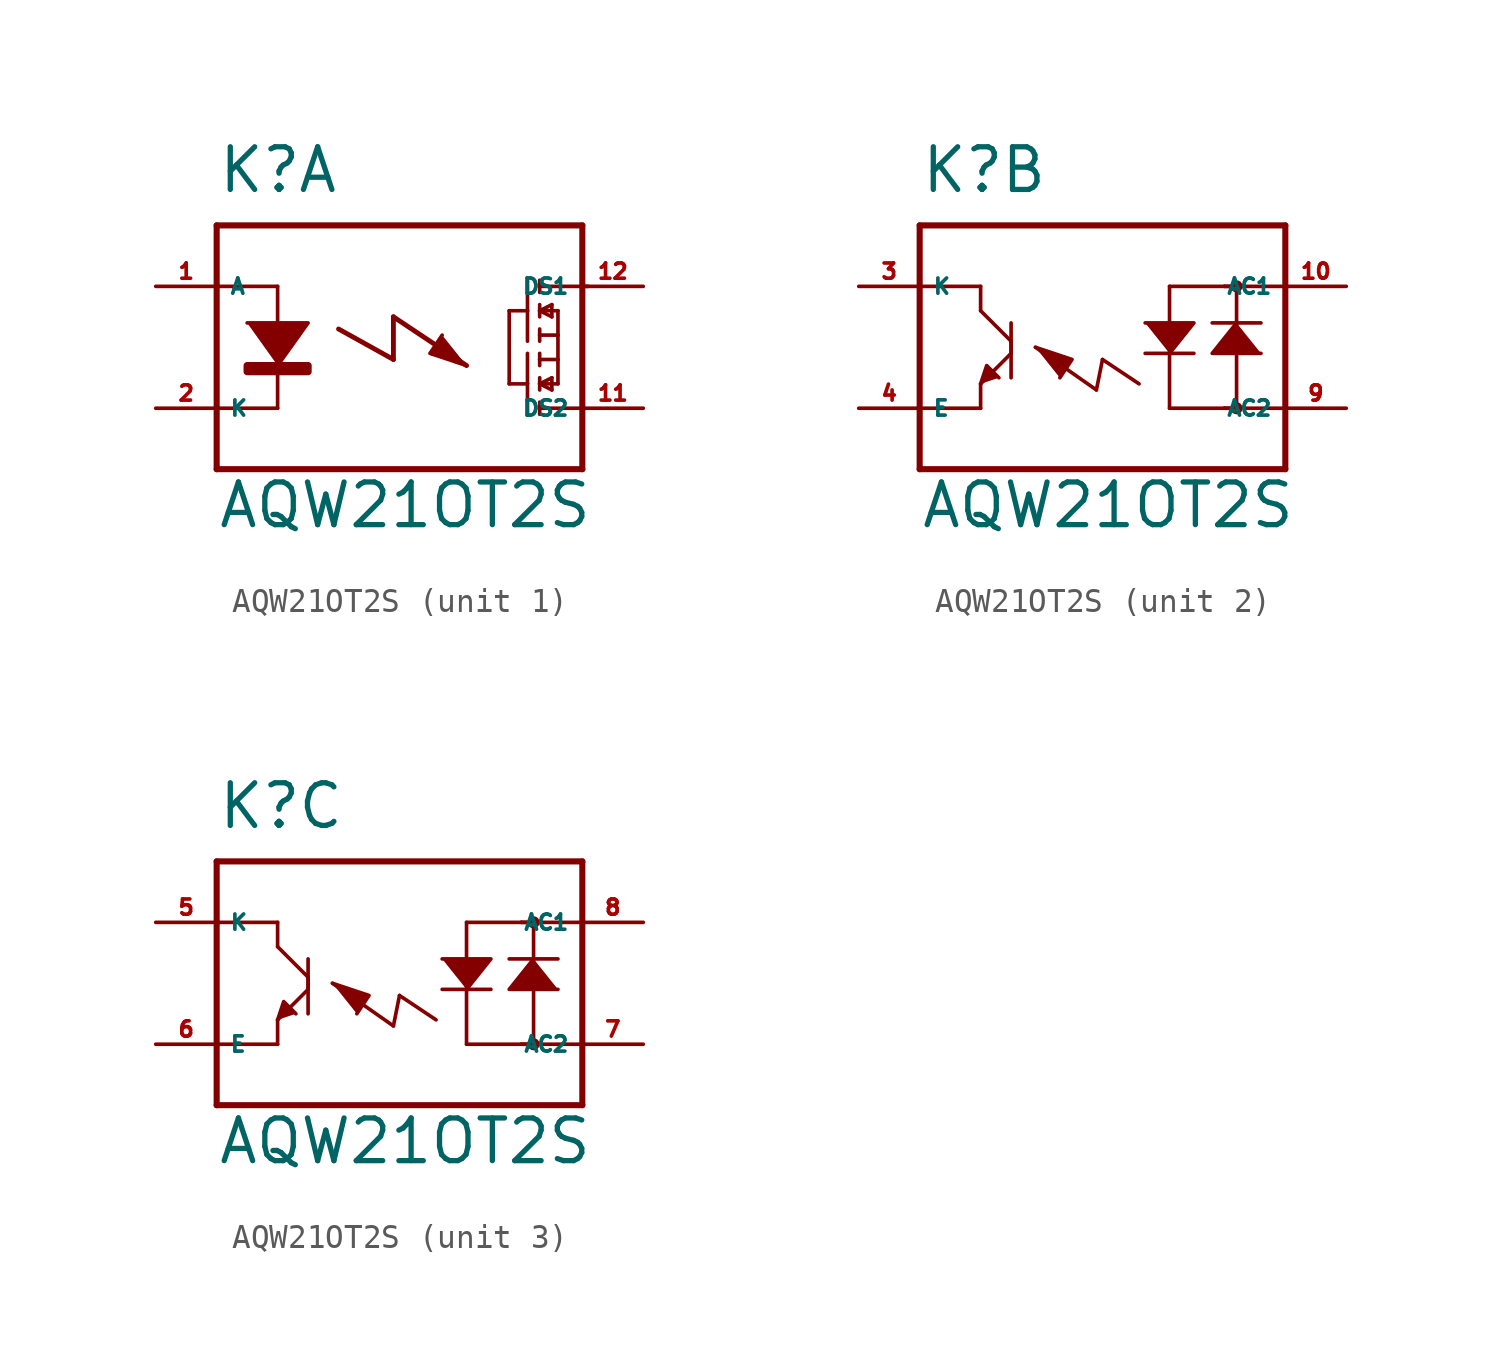
<source format=kicad_sym>
(kicad_symbol_lib
  (version 20220914)
  (generator Eagle2Kicad)
  (symbol "AQW21OT2S"
    (property "Reference" "K"
      (at -7.62 6.35 0)
      (effects (font (size 1.778 1.778) (thickness 0.22)) (justify left bottom)))
    (property "Value" "AQW21OT2S"
      (at -7.62 -7.62 0)
      (effects (font (size 1.778 1.778) (thickness 0.22)) (justify left bottom)))
    (symbol "AQW21OT2S_1_0"
      (polyline (pts (xy -6.35 1.016) (xy -3.81 1.016) (xy -5.08 -0.762)) (stroke (width 0.152) (type default)) (fill (type outline)))
      (polyline (pts (xy 1.778 0.508) (xy 1.27 -0.254) (xy 2.794 -0.762)) (stroke (width 0.152) (type default)) (fill (type outline)))
      (polyline (pts (xy -5.08 2.54) (xy -5.08 -2.54)) (stroke (width 0.152) (type default)) (fill (type none)))
      (polyline (pts (xy 5.842 2.794) (xy 5.842 2.286)) (stroke (width 0.152) (type default)) (fill (type none)))
      (polyline (pts (xy 5.842 1.778) (xy 5.842 1.524)) (stroke (width 0.152) (type default)) (fill (type none)))
      (polyline (pts (xy 5.842 1.524) (xy 5.842 1.27)) (stroke (width 0.152) (type default)) (fill (type none)))
      (polyline (pts (xy 5.842 0.762) (xy 5.842 0.508)) (stroke (width 0.152) (type default)) (fill (type none)))
      (polyline (pts (xy 5.842 0.508) (xy 5.842 0.254)) (stroke (width 0.152) (type default)) (fill (type none)))
      (polyline (pts (xy 5.842 1.524) (xy 6.604 1.524)) (stroke (width 0.152) (type default)) (fill (type none)))
      (polyline (pts (xy 6.35 1.778) (xy 5.842 1.524)) (stroke (width 0.152) (type default)) (fill (type none)))
      (polyline (pts (xy 5.842 1.524) (xy 6.35 1.27)) (stroke (width 0.152) (type default)) (fill (type none)))
      (polyline (pts (xy 6.35 1.27) (xy 6.35 1.778)) (stroke (width 0.152) (type default)) (fill (type none)))
      (polyline (pts (xy 5.842 0.508) (xy 6.604 0.508)) (stroke (width 0.152) (type default)) (fill (type none)))
      (polyline (pts (xy 6.604 0.508) (xy 6.604 1.524)) (stroke (width 0.152) (type default)) (fill (type none)))
      (polyline (pts (xy 5.334 2.794) (xy 5.334 1.524)) (stroke (width 0.152) (type default)) (fill (type none)))
      (polyline (pts (xy 5.334 1.524) (xy 5.334 0.254)) (stroke (width 0.152) (type default)) (fill (type none)))
      (polyline (pts (xy 5.334 1.524) (xy 4.572 1.524)) (stroke (width 0.152) (type default)) (fill (type none)))
      (polyline (pts (xy 5.842 -2.794) (xy 5.842 -2.286)) (stroke (width 0.152) (type default)) (fill (type none)))
      (polyline (pts (xy 5.842 -1.778) (xy 5.842 -1.524)) (stroke (width 0.152) (type default)) (fill (type none)))
      (polyline (pts (xy 5.842 -1.524) (xy 5.842 -1.27)) (stroke (width 0.152) (type default)) (fill (type none)))
      (polyline (pts (xy 5.842 -0.762) (xy 5.842 -0.508)) (stroke (width 0.152) (type default)) (fill (type none)))
      (polyline (pts (xy 5.842 -0.508) (xy 5.842 -0.254)) (stroke (width 0.152) (type default)) (fill (type none)))
      (polyline (pts (xy 5.842 -1.524) (xy 6.604 -1.524)) (stroke (width 0.152) (type default)) (fill (type none)))
      (polyline (pts (xy 6.35 -1.778) (xy 5.842 -1.524)) (stroke (width 0.152) (type default)) (fill (type none)))
      (polyline (pts (xy 5.842 -1.524) (xy 6.35 -1.27)) (stroke (width 0.152) (type default)) (fill (type none)))
      (polyline (pts (xy 6.35 -1.27) (xy 6.35 -1.778)) (stroke (width 0.152) (type default)) (fill (type none)))
      (polyline (pts (xy 5.842 -0.508) (xy 6.604 -0.508)) (stroke (width 0.152) (type default)) (fill (type none)))
      (polyline (pts (xy 6.604 -0.508) (xy 6.604 -1.524)) (stroke (width 0.152) (type default)) (fill (type none)))
      (polyline (pts (xy 6.604 0.508) (xy 6.604 -0.508)) (stroke (width 0.152) (type default)) (fill (type none)))
      (polyline (pts (xy 5.334 -2.794) (xy 5.334 -1.524)) (stroke (width 0.152) (type default)) (fill (type none)))
      (polyline (pts (xy 5.334 -1.524) (xy 5.334 -0.254)) (stroke (width 0.152) (type default)) (fill (type none)))
      (polyline (pts (xy 5.334 -1.524) (xy 4.572 -1.524)) (stroke (width 0.152) (type default)) (fill (type none)))
      (polyline (pts (xy 4.572 1.524) (xy 4.572 -1.524)) (stroke (width 0.152) (type default)) (fill (type none)))
      (polyline (pts (xy -7.62 5.08) (xy -7.62 2.54)) (stroke (width 0.254) (type default)) (fill (type none)))
      (polyline (pts (xy -7.62 2.54) (xy -7.62 -2.54)) (stroke (width 0.254) (type default)) (fill (type none)))
      (polyline (pts (xy -7.62 -2.54) (xy -7.62 -5.08)) (stroke (width 0.254) (type default)) (fill (type none)))
      (polyline (pts (xy -7.62 -5.08) (xy 7.62 -5.08)) (stroke (width 0.254) (type default)) (fill (type none)))
      (polyline (pts (xy 5.842 2.54) (xy 7.874 2.54)) (stroke (width 0.152) (type default)) (fill (type none)))
      (polyline (pts (xy 5.842 -2.54) (xy 7.62 -2.54)) (stroke (width 0.152) (type default)) (fill (type none)))
      (polyline (pts (xy 7.62 -5.08) (xy 7.62 5.08)) (stroke (width 0.254) (type default)) (fill (type none)))
      (polyline (pts (xy 7.62 5.08) (xy -7.62 5.08)) (stroke (width 0.254) (type default)) (fill (type none)))
      (polyline (pts (xy -5.08 2.54) (xy -7.62 2.54)) (stroke (width 0.152) (type default)) (fill (type none)))
      (polyline (pts (xy -5.08 -2.54) (xy -7.62 -2.54)) (stroke (width 0.152) (type default)) (fill (type none)))
      (polyline (pts (xy -2.54 0.762) (xy -0.254 -0.508)) (stroke (width 0.203) (type default)) (fill (type none)))
      (polyline (pts (xy -0.254 -0.508) (xy -0.254 1.27)) (stroke (width 0.203) (type default)) (fill (type none)))
      (polyline (pts (xy -0.254 1.27) (xy 2.794 -0.762)) (stroke (width 0.203) (type default)) (fill (type none)))
      (rectangle (start -6.35 -1.016) (end -3.81 -0.762) (stroke (width 0.3) (type default)) (fill (type outline)))
      (pin passive line (at -10.16 2.54 0) (length 2.54) (name "A" (effects (font (size 0.635 0.635) (thickness 0.08)) (justify left bottom))) (number "1" (effects (font (size 0.635 0.635) (thickness 0.08)) (justify left bottom))))
      (pin passive line (at -10.16 -2.54 0) (length 2.54) (name "K" (effects (font (size 0.635 0.635) (thickness 0.08)) (justify left bottom))) (number "2" (effects (font (size 0.635 0.635) (thickness 0.08)) (justify left bottom))))
      (pin passive line (at 10.16 2.54 180) (length 2.54) (name "DS1" (effects (font (size 0.635 0.635) (thickness 0.08)) (justify left bottom))) (number "12" (effects (font (size 0.635 0.635) (thickness 0.08)) (justify left bottom))))
      (pin passive line (at 10.16 -2.54 180) (length 2.54) (name "DS2" (effects (font (size 0.635 0.635) (thickness 0.08)) (justify left bottom))) (number "11" (effects (font (size 0.635 0.635) (thickness 0.08)) (justify left bottom)))))
    (symbol "AQW21OT2S_2_0"
      (polyline (pts (xy 5.588 1.016) (xy 4.572 -0.254) (xy 6.604 -0.254)) (stroke (width 0.152) (type default)) (fill (type outline)))
      (polyline (pts (xy 2.794 -0.254) (xy 3.81 1.016) (xy 1.778 1.016)) (stroke (width 0.152) (type default)) (fill (type outline)))
      (polyline (pts (xy -5.08 -1.524) (xy -4.826 -0.762) (xy -4.318 -1.27)) (stroke (width 0.152) (type default)) (fill (type outline)))
      (polyline (pts (xy -1.778 -1.27) (xy -1.27 -0.508) (xy -2.794 0)) (stroke (width 0.152) (type default)) (fill (type outline)))
      (polyline (pts (xy 5.588 2.54) (xy 5.588 1.016)) (stroke (width 0.152) (type default)) (fill (type none)))
      (polyline (pts (xy 5.588 1.016) (xy 5.588 -2.54)) (stroke (width 0.152) (type default)) (fill (type none)))
      (polyline (pts (xy 5.588 2.54) (xy 5.08 2.54)) (stroke (width 0.152) (type default)) (fill (type none)))
      (polyline (pts (xy 5.08 2.54) (xy 2.794 2.54)) (stroke (width 0.152) (type default)) (fill (type none)))
      (polyline (pts (xy 4.572 1.016) (xy 5.588 1.016)) (stroke (width 0.152) (type default)) (fill (type none)))
      (polyline (pts (xy 5.588 1.016) (xy 6.604 1.016)) (stroke (width 0.152) (type default)) (fill (type none)))
      (polyline (pts (xy 2.794 -2.54) (xy 2.794 -0.254)) (stroke (width 0.152) (type default)) (fill (type none)))
      (polyline (pts (xy 2.794 -0.254) (xy 2.794 2.54)) (stroke (width 0.152) (type default)) (fill (type none)))
      (polyline (pts (xy 3.81 -0.254) (xy 2.794 -0.254)) (stroke (width 0.152) (type default)) (fill (type none)))
      (polyline (pts (xy 2.794 -0.254) (xy 1.778 -0.254)) (stroke (width 0.152) (type default)) (fill (type none)))
      (polyline (pts (xy 2.794 -2.54) (xy 5.08 -2.54)) (stroke (width 0.152) (type default)) (fill (type none)))
      (polyline (pts (xy 5.08 -2.54) (xy 5.588 -2.54)) (stroke (width 0.152) (type default)) (fill (type none)))
      (polyline (pts (xy -5.08 2.54) (xy -5.08 1.524)) (stroke (width 0.152) (type default)) (fill (type none)))
      (polyline (pts (xy -5.08 1.524) (xy -3.81 0.254)) (stroke (width 0.152) (type default)) (fill (type none)))
      (polyline (pts (xy -3.81 0.254) (xy -3.81 -0.254)) (stroke (width 0.152) (type default)) (fill (type none)))
      (polyline (pts (xy -3.81 -0.254) (xy -5.08 -1.524)) (stroke (width 0.152) (type default)) (fill (type none)))
      (polyline (pts (xy -5.08 -1.524) (xy -5.08 -2.54)) (stroke (width 0.152) (type default)) (fill (type none)))
      (polyline (pts (xy -3.81 1.016) (xy -3.81 0.254)) (stroke (width 0.152) (type default)) (fill (type none)))
      (polyline (pts (xy -3.81 0.254) (xy -3.81 -1.27)) (stroke (width 0.152) (type default)) (fill (type none)))
      (polyline (pts (xy -7.62 5.08) (xy -7.62 2.54)) (stroke (width 0.254) (type default)) (fill (type none)))
      (polyline (pts (xy -7.62 2.54) (xy -7.62 -2.54)) (stroke (width 0.254) (type default)) (fill (type none)))
      (polyline (pts (xy -7.62 -2.54) (xy -7.62 -5.08)) (stroke (width 0.254) (type default)) (fill (type none)))
      (polyline (pts (xy -7.62 -5.08) (xy 7.62 -5.08)) (stroke (width 0.254) (type default)) (fill (type none)))
      (polyline (pts (xy 7.62 -5.08) (xy 7.62 -2.54)) (stroke (width 0.254) (type default)) (fill (type none)))
      (polyline (pts (xy 7.62 -2.54) (xy 7.62 5.08)) (stroke (width 0.254) (type default)) (fill (type none)))
      (polyline (pts (xy 7.62 5.08) (xy -7.62 5.08)) (stroke (width 0.254) (type default)) (fill (type none)))
      (polyline (pts (xy -7.62 -2.54) (xy -5.08 -2.54)) (stroke (width 0.152) (type default)) (fill (type none)))
      (polyline (pts (xy -7.62 2.54) (xy -5.08 2.54)) (stroke (width 0.152) (type default)) (fill (type none)))
      (polyline (pts (xy 5.08 -2.54) (xy 7.62 -2.54)) (stroke (width 0.152) (type default)) (fill (type none)))
      (polyline (pts (xy 5.08 2.54) (xy 7.62 2.54)) (stroke (width 0.152) (type default)) (fill (type none)))
      (polyline (pts (xy 1.524 -1.524) (xy 0 -0.508)) (stroke (width 0.152) (type default)) (fill (type none)))
      (polyline (pts (xy 0 -0.508) (xy -0.254 -1.778)) (stroke (width 0.152) (type default)) (fill (type none)))
      (polyline (pts (xy -0.254 -1.778) (xy -2.794 0)) (stroke (width 0.152) (type default)) (fill (type none)))
      (circle (center 5.588 2.54) (radius 0.127) (stroke (width 0.254) (type default)) (fill (type none)))
      (circle (center 5.588 -2.54) (radius 0.127) (stroke (width 0.254) (type default)) (fill (type none)))
      (pin passive line (at -10.16 2.54 0) (length 2.54) (name "K" (effects (font (size 0.635 0.635) (thickness 0.08)) (justify left bottom))) (number "3" (effects (font (size 0.635 0.635) (thickness 0.08)) (justify left bottom))))
      (pin passive line (at -10.16 -2.54 0) (length 2.54) (name "E" (effects (font (size 0.635 0.635) (thickness 0.08)) (justify left bottom))) (number "4" (effects (font (size 0.635 0.635) (thickness 0.08)) (justify left bottom))))
      (pin passive line (at 10.16 -2.54 180) (length 2.54) (name "AC2" (effects (font (size 0.635 0.635) (thickness 0.08)) (justify left bottom))) (number "9" (effects (font (size 0.635 0.635) (thickness 0.08)) (justify left bottom))))
      (pin passive line (at 10.16 2.54 180) (length 2.54) (name "AC1" (effects (font (size 0.635 0.635) (thickness 0.08)) (justify left bottom))) (number "10" (effects (font (size 0.635 0.635) (thickness 0.08)) (justify left bottom)))))
    (symbol "AQW21OT2S_3_0"
      (polyline (pts (xy 5.588 1.016) (xy 4.572 -0.254) (xy 6.604 -0.254)) (stroke (width 0.152) (type default)) (fill (type outline)))
      (polyline (pts (xy 2.794 -0.254) (xy 3.81 1.016) (xy 1.778 1.016)) (stroke (width 0.152) (type default)) (fill (type outline)))
      (polyline (pts (xy -5.08 -1.524) (xy -4.826 -0.762) (xy -4.318 -1.27)) (stroke (width 0.152) (type default)) (fill (type outline)))
      (polyline (pts (xy -1.778 -1.27) (xy -1.27 -0.508) (xy -2.794 0)) (stroke (width 0.152) (type default)) (fill (type outline)))
      (polyline (pts (xy 5.588 2.54) (xy 5.588 1.016)) (stroke (width 0.152) (type default)) (fill (type none)))
      (polyline (pts (xy 5.588 1.016) (xy 5.588 -2.54)) (stroke (width 0.152) (type default)) (fill (type none)))
      (polyline (pts (xy 5.588 2.54) (xy 5.08 2.54)) (stroke (width 0.152) (type default)) (fill (type none)))
      (polyline (pts (xy 5.08 2.54) (xy 2.794 2.54)) (stroke (width 0.152) (type default)) (fill (type none)))
      (polyline (pts (xy 4.572 1.016) (xy 5.588 1.016)) (stroke (width 0.152) (type default)) (fill (type none)))
      (polyline (pts (xy 5.588 1.016) (xy 6.604 1.016)) (stroke (width 0.152) (type default)) (fill (type none)))
      (polyline (pts (xy 2.794 -2.54) (xy 2.794 -0.254)) (stroke (width 0.152) (type default)) (fill (type none)))
      (polyline (pts (xy 2.794 -0.254) (xy 2.794 2.54)) (stroke (width 0.152) (type default)) (fill (type none)))
      (polyline (pts (xy 3.81 -0.254) (xy 2.794 -0.254)) (stroke (width 0.152) (type default)) (fill (type none)))
      (polyline (pts (xy 2.794 -0.254) (xy 1.778 -0.254)) (stroke (width 0.152) (type default)) (fill (type none)))
      (polyline (pts (xy 2.794 -2.54) (xy 5.08 -2.54)) (stroke (width 0.152) (type default)) (fill (type none)))
      (polyline (pts (xy 5.08 -2.54) (xy 5.588 -2.54)) (stroke (width 0.152) (type default)) (fill (type none)))
      (polyline (pts (xy -5.08 2.54) (xy -5.08 1.524)) (stroke (width 0.152) (type default)) (fill (type none)))
      (polyline (pts (xy -5.08 1.524) (xy -3.81 0.254)) (stroke (width 0.152) (type default)) (fill (type none)))
      (polyline (pts (xy -3.81 0.254) (xy -3.81 -0.254)) (stroke (width 0.152) (type default)) (fill (type none)))
      (polyline (pts (xy -3.81 -0.254) (xy -5.08 -1.524)) (stroke (width 0.152) (type default)) (fill (type none)))
      (polyline (pts (xy -5.08 -1.524) (xy -5.08 -2.54)) (stroke (width 0.152) (type default)) (fill (type none)))
      (polyline (pts (xy -3.81 1.016) (xy -3.81 0.254)) (stroke (width 0.152) (type default)) (fill (type none)))
      (polyline (pts (xy -3.81 0.254) (xy -3.81 -1.27)) (stroke (width 0.152) (type default)) (fill (type none)))
      (polyline (pts (xy -7.62 5.08) (xy -7.62 2.54)) (stroke (width 0.254) (type default)) (fill (type none)))
      (polyline (pts (xy -7.62 2.54) (xy -7.62 -2.54)) (stroke (width 0.254) (type default)) (fill (type none)))
      (polyline (pts (xy -7.62 -2.54) (xy -7.62 -5.08)) (stroke (width 0.254) (type default)) (fill (type none)))
      (polyline (pts (xy -7.62 -5.08) (xy 7.62 -5.08)) (stroke (width 0.254) (type default)) (fill (type none)))
      (polyline (pts (xy 7.62 -5.08) (xy 7.62 -2.54)) (stroke (width 0.254) (type default)) (fill (type none)))
      (polyline (pts (xy 7.62 -2.54) (xy 7.62 5.08)) (stroke (width 0.254) (type default)) (fill (type none)))
      (polyline (pts (xy 7.62 5.08) (xy -7.62 5.08)) (stroke (width 0.254) (type default)) (fill (type none)))
      (polyline (pts (xy -7.62 -2.54) (xy -5.08 -2.54)) (stroke (width 0.152) (type default)) (fill (type none)))
      (polyline (pts (xy -7.62 2.54) (xy -5.08 2.54)) (stroke (width 0.152) (type default)) (fill (type none)))
      (polyline (pts (xy 5.08 -2.54) (xy 7.62 -2.54)) (stroke (width 0.152) (type default)) (fill (type none)))
      (polyline (pts (xy 5.08 2.54) (xy 7.62 2.54)) (stroke (width 0.152) (type default)) (fill (type none)))
      (polyline (pts (xy 1.524 -1.524) (xy 0 -0.508)) (stroke (width 0.152) (type default)) (fill (type none)))
      (polyline (pts (xy 0 -0.508) (xy -0.254 -1.778)) (stroke (width 0.152) (type default)) (fill (type none)))
      (polyline (pts (xy -0.254 -1.778) (xy -2.794 0)) (stroke (width 0.152) (type default)) (fill (type none)))
      (circle (center 5.588 2.54) (radius 0.127) (stroke (width 0.254) (type default)) (fill (type none)))
      (circle (center 5.588 -2.54) (radius 0.127) (stroke (width 0.254) (type default)) (fill (type none)))
      (pin passive line (at -10.16 2.54 0) (length 2.54) (name "K" (effects (font (size 0.635 0.635) (thickness 0.08)) (justify left bottom))) (number "5" (effects (font (size 0.635 0.635) (thickness 0.08)) (justify left bottom))))
      (pin passive line (at -10.16 -2.54 0) (length 2.54) (name "E" (effects (font (size 0.635 0.635) (thickness 0.08)) (justify left bottom))) (number "6" (effects (font (size 0.635 0.635) (thickness 0.08)) (justify left bottom))))
      (pin passive line (at 10.16 -2.54 180) (length 2.54) (name "AC2" (effects (font (size 0.635 0.635) (thickness 0.08)) (justify left bottom))) (number "7" (effects (font (size 0.635 0.635) (thickness 0.08)) (justify left bottom))))
      (pin passive line (at 10.16 2.54 180) (length 2.54) (name "AC1" (effects (font (size 0.635 0.635) (thickness 0.08)) (justify left bottom))) (number "8" (effects (font (size 0.635 0.635) (thickness 0.08)) (justify left bottom)))))))
</source>
